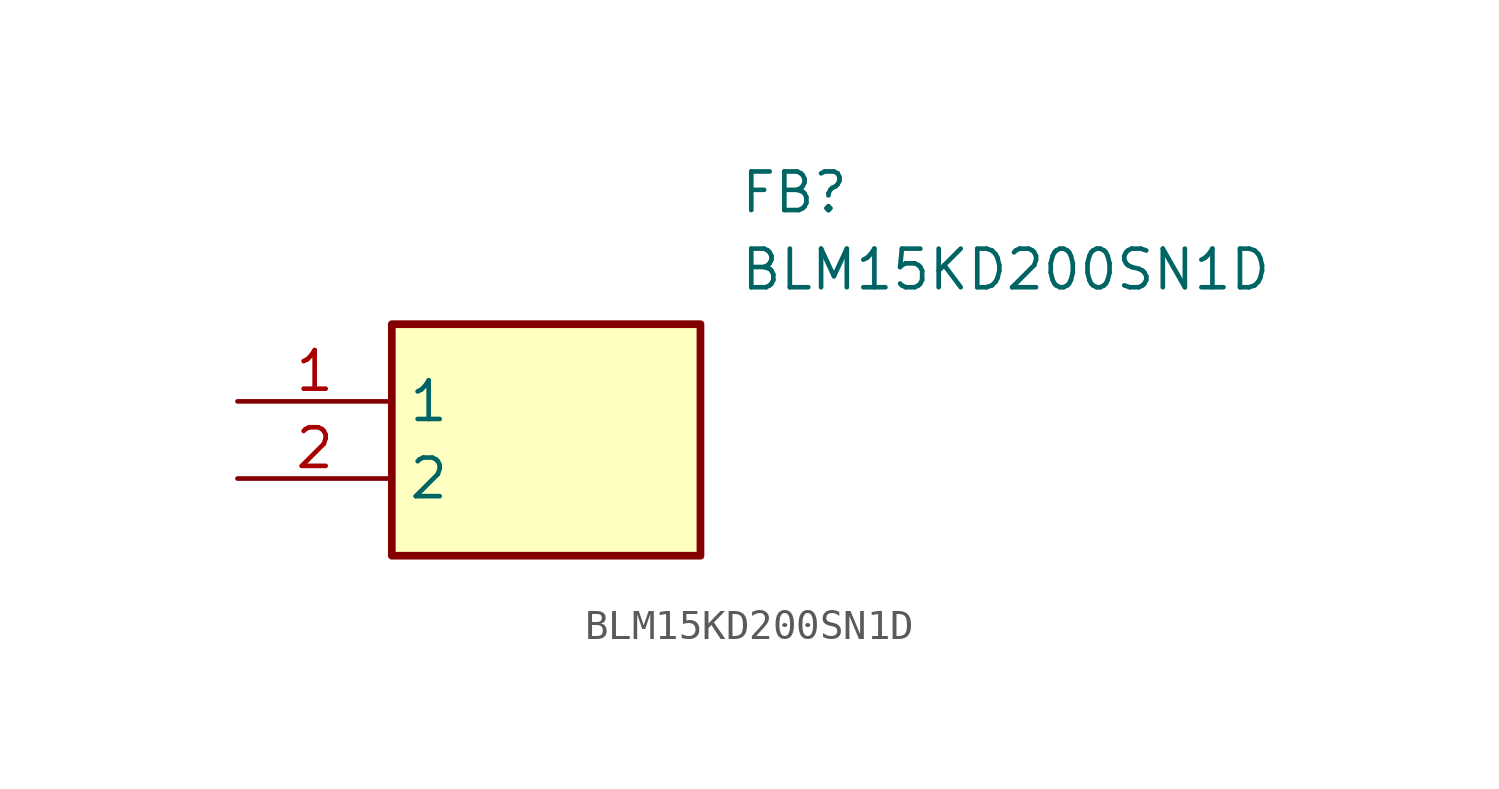
<source format=kicad_sym>
(kicad_symbol_lib
  (version 20211014)
  (generator SamacSys_ECAD_Model)
  (symbol "BLM15KD200SN1D"
    (property "Reference" "FB"
      (at 16.51 7.62 0)
      (effects (font (size 1.27 1.27)) (justify left top)))
    (property "Value" "BLM15KD200SN1D"
      (at 16.51 5.08 0)
      (effects (font (size 1.27 1.27)) (justify left top)))
    (rectangle
      (start 5.08 2.54)
      (end 15.24 -5.08)
      (stroke (width 0.254) (type default))
      (fill (type background)))
    (pin passive line
      (at 0 0 0)
      (length 5.08)
      (name "1" (effects (font (size 1.27 1.27))))
      (number "1" (effects (font (size 1.27 1.27)))))
    (pin passive line
      (at 0 -2.54 0)
      (length 5.08)
      (name "2" (effects (font (size 1.27 1.27))))
      (number "2" (effects (font (size 1.27 1.27)))))))
</source>
